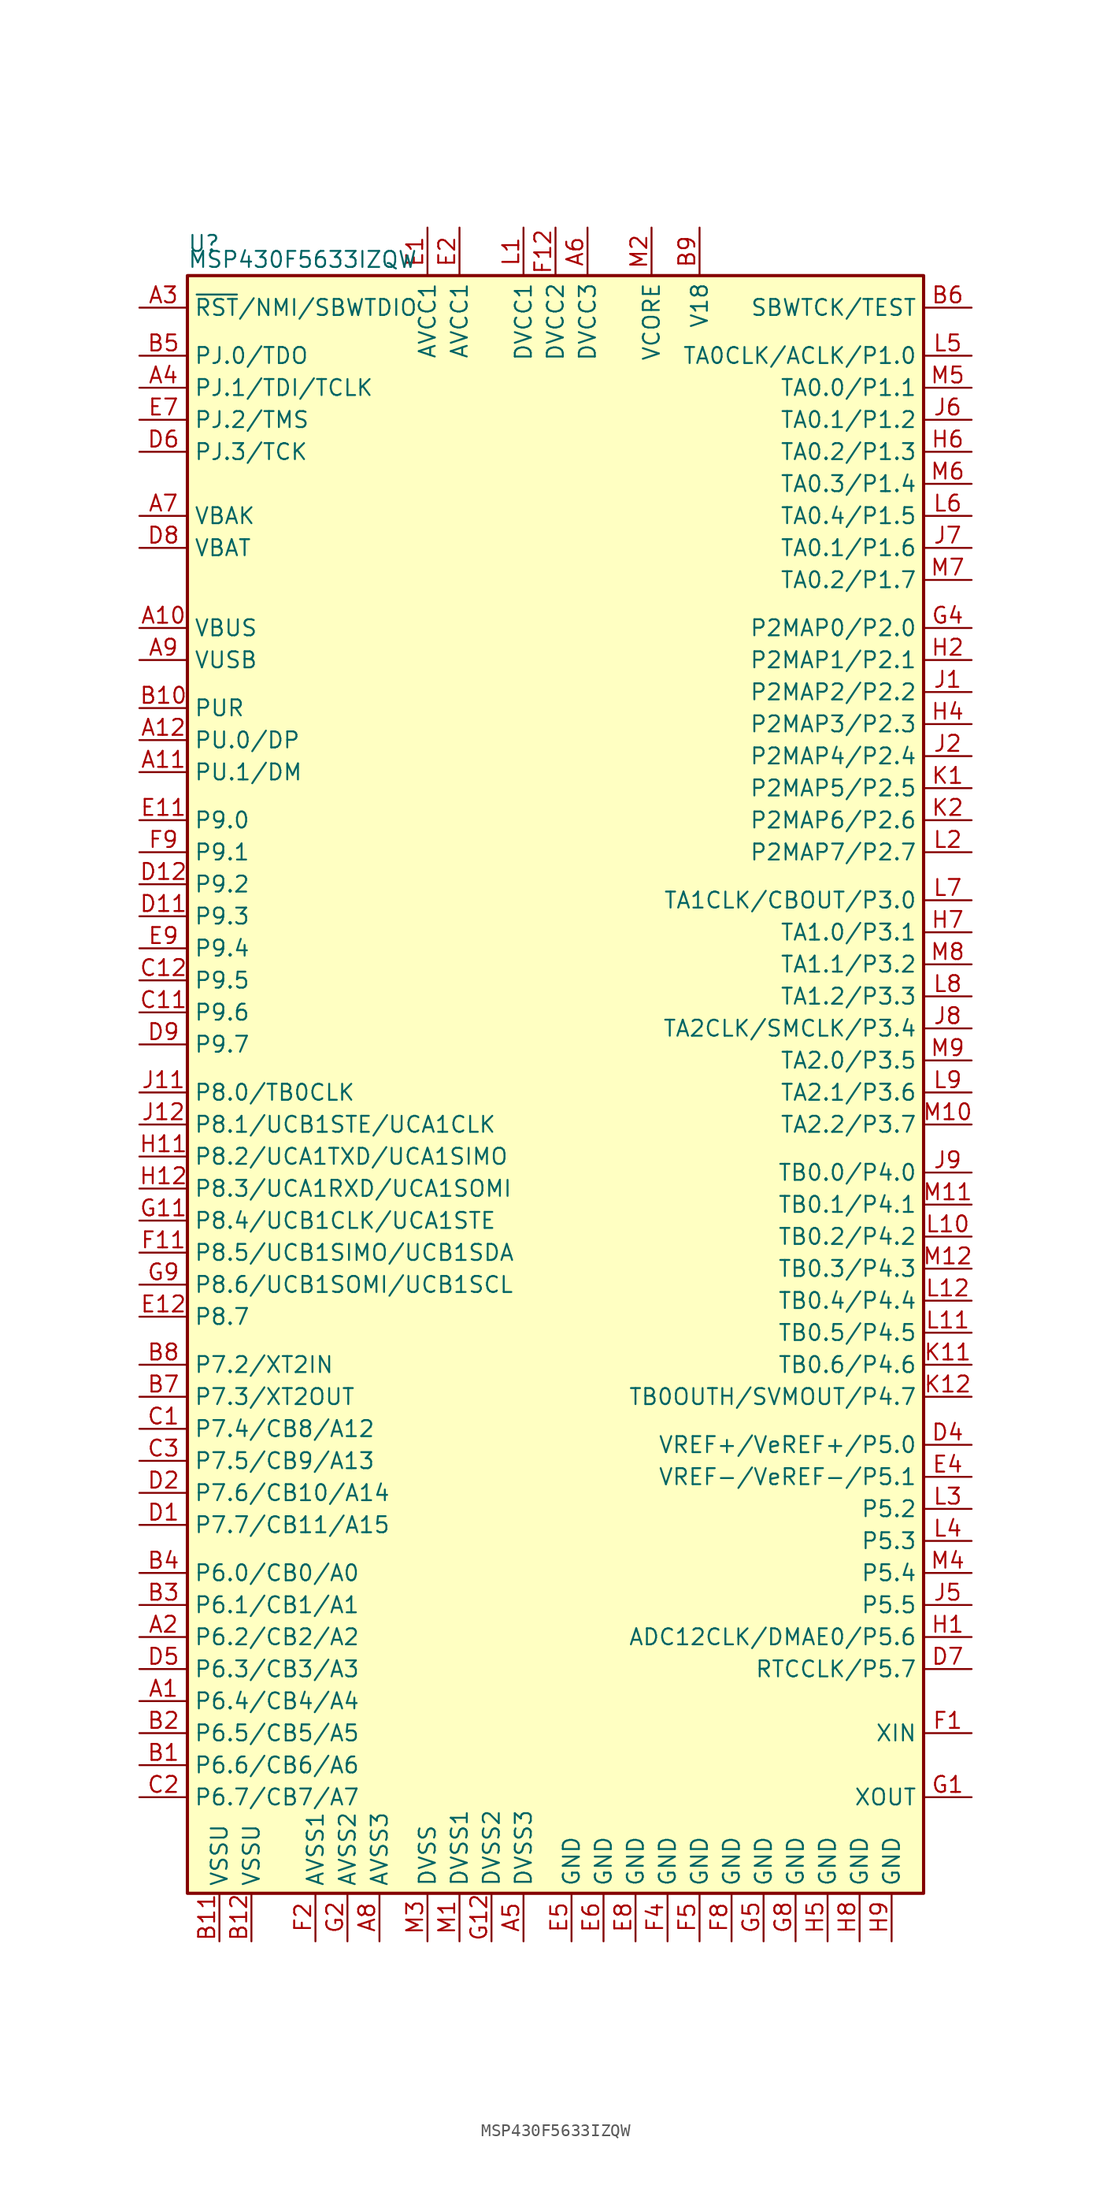
<source format=kicad_sym>
(kicad_symbol_lib
  (version 20201005)
  (generator kicad_symbol_editor)
  (symbol "MSP430F5633IZQW"
    (property "Reference" "U"
      (at -29.21 66.04 0)
      (effects (font (size 1.27 1.27)) (justify left)))
    (property "Value" "MSP430F5633IZQW"
      (at -29.21 64.77 0)
      (effects (font (size 1.27 1.27)) (justify left)))
    (symbol "MSP430F5633IZQW_0_1"
      (rectangle (start -29.21 63.5) (end 29.21 -64.77) (stroke (width 0.254)) (fill (type background))))
    (symbol "MSP430F5633IZQW_1_1"
      (pin bidirectional line (at -33.02 -49.53 0) (length 3.81) (name "P6.4/CB4/A4" (effects (font (size 1.27 1.27)))) (number "A1" (effects (font (size 1.27 1.27)))))
      (pin bidirectional line (at -33.02 35.56 0) (length 3.81) (name "VBUS" (effects (font (size 1.27 1.27)))) (number "A10" (effects (font (size 1.27 1.27)))))
      (pin bidirectional line (at -33.02 24.13 0) (length 3.81) (name "PU.1/DM" (effects (font (size 1.27 1.27)))) (number "A11" (effects (font (size 1.27 1.27)))))
      (pin bidirectional line (at -33.02 26.67 0) (length 3.81) (name "PU.0/DP" (effects (font (size 1.27 1.27)))) (number "A12" (effects (font (size 1.27 1.27)))))
      (pin bidirectional line (at -33.02 -44.45 0) (length 3.81) (name "P6.2/CB2/A2" (effects (font (size 1.27 1.27)))) (number "A2" (effects (font (size 1.27 1.27)))))
      (pin input line (at -33.02 60.96 0) (length 3.81) (name "~RST~/NMI/SBWTDIO" (effects (font (size 1.27 1.27)))) (number "A3" (effects (font (size 1.27 1.27)))))
      (pin bidirectional line (at -33.02 54.61 0) (length 3.81) (name "PJ.1/TDI/TCLK" (effects (font (size 1.27 1.27)))) (number "A4" (effects (font (size 1.27 1.27)))))
      (pin power_in line (at -2.54 -68.58 90) (length 3.81) (name "DVSS3" (effects (font (size 1.27 1.27)))) (number "A5" (effects (font (size 1.27 1.27)))))
      (pin power_in line (at 2.54 67.31 270) (length 3.81) (name "DVCC3" (effects (font (size 1.27 1.27)))) (number "A6" (effects (font (size 1.27 1.27)))))
      (pin bidirectional line (at -33.02 44.45 0) (length 3.81) (name "VBAK" (effects (font (size 1.27 1.27)))) (number "A7" (effects (font (size 1.27 1.27)))))
      (pin power_in line (at -13.97 -68.58 90) (length 3.81) (name "AVSS3" (effects (font (size 1.27 1.27)))) (number "A8" (effects (font (size 1.27 1.27)))))
      (pin bidirectional line (at -33.02 33.02 0) (length 3.81) (name "VUSB" (effects (font (size 1.27 1.27)))) (number "A9" (effects (font (size 1.27 1.27)))))
      (pin bidirectional line (at -33.02 -54.61 0) (length 3.81) (name "P6.6/CB6/A6" (effects (font (size 1.27 1.27)))) (number "B1" (effects (font (size 1.27 1.27)))))
      (pin bidirectional line (at -33.02 29.21 0) (length 3.81) (name "PUR" (effects (font (size 1.27 1.27)))) (number "B10" (effects (font (size 1.27 1.27)))))
      (pin power_in line (at -26.67 -68.58 90) (length 3.81) (name "VSSU" (effects (font (size 1.27 1.27)))) (number "B11" (effects (font (size 1.27 1.27)))))
      (pin power_in line (at -24.13 -68.58 90) (length 3.81) (name "VSSU" (effects (font (size 1.27 1.27)))) (number "B12" (effects (font (size 1.27 1.27)))))
      (pin bidirectional line (at -33.02 -52.07 0) (length 3.81) (name "P6.5/CB5/A5" (effects (font (size 1.27 1.27)))) (number "B2" (effects (font (size 1.27 1.27)))))
      (pin bidirectional line (at -33.02 -41.91 0) (length 3.81) (name "P6.1/CB1/A1" (effects (font (size 1.27 1.27)))) (number "B3" (effects (font (size 1.27 1.27)))))
      (pin bidirectional line (at -33.02 -39.37 0) (length 3.81) (name "P6.0/CB0/A0" (effects (font (size 1.27 1.27)))) (number "B4" (effects (font (size 1.27 1.27)))))
      (pin bidirectional line (at -33.02 57.15 0) (length 3.81) (name "PJ.0/TDO" (effects (font (size 1.27 1.27)))) (number "B5" (effects (font (size 1.27 1.27)))))
      (pin input line (at 33.02 60.96 180) (length 3.81) (name "SBWTCK/TEST" (effects (font (size 1.27 1.27)))) (number "B6" (effects (font (size 1.27 1.27)))))
      (pin bidirectional line (at -33.02 -25.4 0) (length 3.81) (name "P7.3/XT2OUT" (effects (font (size 1.27 1.27)))) (number "B7" (effects (font (size 1.27 1.27)))))
      (pin bidirectional line (at -33.02 -22.86 0) (length 3.81) (name "P7.2/XT2IN" (effects (font (size 1.27 1.27)))) (number "B8" (effects (font (size 1.27 1.27)))))
      (pin passive line (at 11.43 67.31 270) (length 3.81) (name "V18" (effects (font (size 1.27 1.27)))) (number "B9" (effects (font (size 1.27 1.27)))))
      (pin bidirectional line (at -33.02 -27.94 0) (length 3.81) (name "P7.4/CB8/A12" (effects (font (size 1.27 1.27)))) (number "C1" (effects (font (size 1.27 1.27)))))
      (pin bidirectional line (at -33.02 5.08 0) (length 3.81) (name "P9.6" (effects (font (size 1.27 1.27)))) (number "C11" (effects (font (size 1.27 1.27)))))
      (pin bidirectional line (at -33.02 7.62 0) (length 3.81) (name "P9.5" (effects (font (size 1.27 1.27)))) (number "C12" (effects (font (size 1.27 1.27)))))
      (pin bidirectional line (at -33.02 -57.15 0) (length 3.81) (name "P6.7/CB7/A7" (effects (font (size 1.27 1.27)))) (number "C2" (effects (font (size 1.27 1.27)))))
      (pin bidirectional line (at -33.02 -30.48 0) (length 3.81) (name "P7.5/CB9/A13" (effects (font (size 1.27 1.27)))) (number "C3" (effects (font (size 1.27 1.27)))))
      (pin bidirectional line (at -33.02 -35.56 0) (length 3.81) (name "P7.7/CB11/A15" (effects (font (size 1.27 1.27)))) (number "D1" (effects (font (size 1.27 1.27)))))
      (pin bidirectional line (at -33.02 12.7 0) (length 3.81) (name "P9.3" (effects (font (size 1.27 1.27)))) (number "D11" (effects (font (size 1.27 1.27)))))
      (pin bidirectional line (at -33.02 15.24 0) (length 3.81) (name "P9.2" (effects (font (size 1.27 1.27)))) (number "D12" (effects (font (size 1.27 1.27)))))
      (pin bidirectional line (at -33.02 -33.02 0) (length 3.81) (name "P7.6/CB10/A14" (effects (font (size 1.27 1.27)))) (number "D2" (effects (font (size 1.27 1.27)))))
      (pin bidirectional line (at 33.02 -29.21 180) (length 3.81) (name "VREF+/VeREF+/P5.0" (effects (font (size 1.27 1.27)))) (number "D4" (effects (font (size 1.27 1.27)))))
      (pin bidirectional line (at -33.02 -46.99 0) (length 3.81) (name "P6.3/CB3/A3" (effects (font (size 1.27 1.27)))) (number "D5" (effects (font (size 1.27 1.27)))))
      (pin bidirectional line (at -33.02 49.53 0) (length 3.81) (name "PJ.3/TCK" (effects (font (size 1.27 1.27)))) (number "D6" (effects (font (size 1.27 1.27)))))
      (pin bidirectional line (at 33.02 -46.99 180) (length 3.81) (name "RTCCLK/P5.7" (effects (font (size 1.27 1.27)))) (number "D7" (effects (font (size 1.27 1.27)))))
      (pin bidirectional line (at -33.02 41.91 0) (length 3.81) (name "VBAT" (effects (font (size 1.27 1.27)))) (number "D8" (effects (font (size 1.27 1.27)))))
      (pin bidirectional line (at -33.02 2.54 0) (length 3.81) (name "P9.7" (effects (font (size 1.27 1.27)))) (number "D9" (effects (font (size 1.27 1.27)))))
      (pin power_in line (at -10.16 67.31 270) (length 3.81) (name "AVCC1" (effects (font (size 1.27 1.27)))) (number "E1" (effects (font (size 1.27 1.27)))))
      (pin bidirectional line (at -33.02 20.32 0) (length 3.81) (name "P9.0" (effects (font (size 1.27 1.27)))) (number "E11" (effects (font (size 1.27 1.27)))))
      (pin bidirectional line (at -33.02 -19.05 0) (length 3.81) (name "P8.7" (effects (font (size 1.27 1.27)))) (number "E12" (effects (font (size 1.27 1.27)))))
      (pin power_in line (at -7.62 67.31 270) (length 3.81) (name "AVCC1" (effects (font (size 1.27 1.27)))) (number "E2" (effects (font (size 1.27 1.27)))))
      (pin bidirectional line (at 33.02 -31.75 180) (length 3.81) (name "VREF-/VeREF-/P5.1" (effects (font (size 1.27 1.27)))) (number "E4" (effects (font (size 1.27 1.27)))))
      (pin power_in line (at 1.27 -68.58 90) (length 3.81) (name "GND" (effects (font (size 1.27 1.27)))) (number "E5" (effects (font (size 1.27 1.27)))))
      (pin power_in line (at 3.81 -68.58 90) (length 3.81) (name "GND" (effects (font (size 1.27 1.27)))) (number "E6" (effects (font (size 1.27 1.27)))))
      (pin bidirectional line (at -33.02 52.07 0) (length 3.81) (name "PJ.2/TMS" (effects (font (size 1.27 1.27)))) (number "E7" (effects (font (size 1.27 1.27)))))
      (pin power_in line (at 6.35 -68.58 90) (length 3.81) (name "GND" (effects (font (size 1.27 1.27)))) (number "E8" (effects (font (size 1.27 1.27)))))
      (pin bidirectional line (at -33.02 10.16 0) (length 3.81) (name "P9.4" (effects (font (size 1.27 1.27)))) (number "E9" (effects (font (size 1.27 1.27)))))
      (pin bidirectional line (at 33.02 -52.07 180) (length 3.81) (name "XIN" (effects (font (size 1.27 1.27)))) (number "F1" (effects (font (size 1.27 1.27)))))
      (pin bidirectional line (at -33.02 -13.97 0) (length 3.81) (name "P8.5/UCB1SIMO/UCB1SDA" (effects (font (size 1.27 1.27)))) (number "F11" (effects (font (size 1.27 1.27)))))
      (pin power_in line (at 0 67.31 270) (length 3.81) (name "DVCC2" (effects (font (size 1.27 1.27)))) (number "F12" (effects (font (size 1.27 1.27)))))
      (pin power_in line (at -19.05 -68.58 90) (length 3.81) (name "AVSS1" (effects (font (size 1.27 1.27)))) (number "F2" (effects (font (size 1.27 1.27)))))
      (pin power_in line (at 8.89 -68.58 90) (length 3.81) (name "GND" (effects (font (size 1.27 1.27)))) (number "F4" (effects (font (size 1.27 1.27)))))
      (pin power_in line (at 11.43 -68.58 90) (length 3.81) (name "GND" (effects (font (size 1.27 1.27)))) (number "F5" (effects (font (size 1.27 1.27)))))
      (pin power_in line (at 13.97 -68.58 90) (length 3.81) (name "GND" (effects (font (size 1.27 1.27)))) (number "F8" (effects (font (size 1.27 1.27)))))
      (pin bidirectional line (at -33.02 17.78 0) (length 3.81) (name "P9.1" (effects (font (size 1.27 1.27)))) (number "F9" (effects (font (size 1.27 1.27)))))
      (pin bidirectional line (at 33.02 -57.15 180) (length 3.81) (name "XOUT" (effects (font (size 1.27 1.27)))) (number "G1" (effects (font (size 1.27 1.27)))))
      (pin bidirectional line (at -33.02 -11.43 0) (length 3.81) (name "P8.4/UCB1CLK/UCA1STE" (effects (font (size 1.27 1.27)))) (number "G11" (effects (font (size 1.27 1.27)))))
      (pin power_in line (at -5.08 -68.58 90) (length 3.81) (name "DVSS2" (effects (font (size 1.27 1.27)))) (number "G12" (effects (font (size 1.27 1.27)))))
      (pin power_in line (at -16.51 -68.58 90) (length 3.81) (name "AVSS2" (effects (font (size 1.27 1.27)))) (number "G2" (effects (font (size 1.27 1.27)))))
      (pin bidirectional line (at 33.02 35.56 180) (length 3.81) (name "P2MAP0/P2.0" (effects (font (size 1.27 1.27)))) (number "G4" (effects (font (size 1.27 1.27)))))
      (pin power_in line (at 16.51 -68.58 90) (length 3.81) (name "GND" (effects (font (size 1.27 1.27)))) (number "G5" (effects (font (size 1.27 1.27)))))
      (pin power_in line (at 19.05 -68.58 90) (length 3.81) (name "GND" (effects (font (size 1.27 1.27)))) (number "G8" (effects (font (size 1.27 1.27)))))
      (pin bidirectional line (at -33.02 -16.51 0) (length 3.81) (name "P8.6/UCB1SOMI/UCB1SCL" (effects (font (size 1.27 1.27)))) (number "G9" (effects (font (size 1.27 1.27)))))
      (pin bidirectional line (at 33.02 -44.45 180) (length 3.81) (name "ADC12CLK/DMAE0/P5.6" (effects (font (size 1.27 1.27)))) (number "H1" (effects (font (size 1.27 1.27)))))
      (pin bidirectional line (at -33.02 -6.35 0) (length 3.81) (name "P8.2/UCA1TXD/UCA1SIMO" (effects (font (size 1.27 1.27)))) (number "H11" (effects (font (size 1.27 1.27)))))
      (pin bidirectional line (at -33.02 -8.89 0) (length 3.81) (name "P8.3/UCA1RXD/UCA1SOMI" (effects (font (size 1.27 1.27)))) (number "H12" (effects (font (size 1.27 1.27)))))
      (pin bidirectional line (at 33.02 33.02 180) (length 3.81) (name "P2MAP1/P2.1" (effects (font (size 1.27 1.27)))) (number "H2" (effects (font (size 1.27 1.27)))))
      (pin bidirectional line (at 33.02 27.94 180) (length 3.81) (name "P2MAP3/P2.3" (effects (font (size 1.27 1.27)))) (number "H4" (effects (font (size 1.27 1.27)))))
      (pin power_in line (at 21.59 -68.58 90) (length 3.81) (name "GND" (effects (font (size 1.27 1.27)))) (number "H5" (effects (font (size 1.27 1.27)))))
      (pin bidirectional line (at 33.02 49.53 180) (length 3.81) (name "TA0.2/P1.3" (effects (font (size 1.27 1.27)))) (number "H6" (effects (font (size 1.27 1.27)))))
      (pin bidirectional line (at 33.02 11.43 180) (length 3.81) (name "TA1.0/P3.1" (effects (font (size 1.27 1.27)))) (number "H7" (effects (font (size 1.27 1.27)))))
      (pin power_in line (at 24.13 -68.58 90) (length 3.81) (name "GND" (effects (font (size 1.27 1.27)))) (number "H8" (effects (font (size 1.27 1.27)))))
      (pin power_in line (at 26.67 -68.58 90) (length 3.81) (name "GND" (effects (font (size 1.27 1.27)))) (number "H9" (effects (font (size 1.27 1.27)))))
      (pin bidirectional line (at 33.02 30.48 180) (length 3.81) (name "P2MAP2/P2.2" (effects (font (size 1.27 1.27)))) (number "J1" (effects (font (size 1.27 1.27)))))
      (pin bidirectional line (at -33.02 -1.27 0) (length 3.81) (name "P8.0/TB0CLK" (effects (font (size 1.27 1.27)))) (number "J11" (effects (font (size 1.27 1.27)))))
      (pin bidirectional line (at -33.02 -3.81 0) (length 3.81) (name "P8.1/UCB1STE/UCA1CLK" (effects (font (size 1.27 1.27)))) (number "J12" (effects (font (size 1.27 1.27)))))
      (pin bidirectional line (at 33.02 25.4 180) (length 3.81) (name "P2MAP4/P2.4" (effects (font (size 1.27 1.27)))) (number "J2" (effects (font (size 1.27 1.27)))))
      (pin bidirectional line (at 33.02 -41.91 180) (length 3.81) (name "P5.5" (effects (font (size 1.27 1.27)))) (number "J5" (effects (font (size 1.27 1.27)))))
      (pin bidirectional line (at 33.02 52.07 180) (length 3.81) (name "TA0.1/P1.2" (effects (font (size 1.27 1.27)))) (number "J6" (effects (font (size 1.27 1.27)))))
      (pin bidirectional line (at 33.02 41.91 180) (length 3.81) (name "TA0.1/P1.6" (effects (font (size 1.27 1.27)))) (number "J7" (effects (font (size 1.27 1.27)))))
      (pin bidirectional line (at 33.02 3.81 180) (length 3.81) (name "TA2CLK/SMCLK/P3.4" (effects (font (size 1.27 1.27)))) (number "J8" (effects (font (size 1.27 1.27)))))
      (pin bidirectional line (at 33.02 -7.62 180) (length 3.81) (name "TB0.0/P4.0" (effects (font (size 1.27 1.27)))) (number "J9" (effects (font (size 1.27 1.27)))))
      (pin bidirectional line (at 33.02 22.86 180) (length 3.81) (name "P2MAP5/P2.5" (effects (font (size 1.27 1.27)))) (number "K1" (effects (font (size 1.27 1.27)))))
      (pin bidirectional line (at 33.02 -22.86 180) (length 3.81) (name "TB0.6/P4.6" (effects (font (size 1.27 1.27)))) (number "K11" (effects (font (size 1.27 1.27)))))
      (pin bidirectional line (at 33.02 -25.4 180) (length 3.81) (name "TB0OUTH/SVMOUT/P4.7" (effects (font (size 1.27 1.27)))) (number "K12" (effects (font (size 1.27 1.27)))))
      (pin bidirectional line (at 33.02 20.32 180) (length 3.81) (name "P2MAP6/P2.6" (effects (font (size 1.27 1.27)))) (number "K2" (effects (font (size 1.27 1.27)))))
      (pin power_in line (at -2.54 67.31 270) (length 3.81) (name "DVCC1" (effects (font (size 1.27 1.27)))) (number "L1" (effects (font (size 1.27 1.27)))))
      (pin bidirectional line (at 33.02 -12.7 180) (length 3.81) (name "TB0.2/P4.2" (effects (font (size 1.27 1.27)))) (number "L10" (effects (font (size 1.27 1.27)))))
      (pin bidirectional line (at 33.02 -20.32 180) (length 3.81) (name "TB0.5/P4.5" (effects (font (size 1.27 1.27)))) (number "L11" (effects (font (size 1.27 1.27)))))
      (pin bidirectional line (at 33.02 -17.78 180) (length 3.81) (name "TB0.4/P4.4" (effects (font (size 1.27 1.27)))) (number "L12" (effects (font (size 1.27 1.27)))))
      (pin bidirectional line (at 33.02 17.78 180) (length 3.81) (name "P2MAP7/P2.7" (effects (font (size 1.27 1.27)))) (number "L2" (effects (font (size 1.27 1.27)))))
      (pin bidirectional line (at 33.02 -34.29 180) (length 3.81) (name "P5.2" (effects (font (size 1.27 1.27)))) (number "L3" (effects (font (size 1.27 1.27)))))
      (pin bidirectional line (at 33.02 -36.83 180) (length 3.81) (name "P5.3" (effects (font (size 1.27 1.27)))) (number "L4" (effects (font (size 1.27 1.27)))))
      (pin bidirectional line (at 33.02 57.15 180) (length 3.81) (name "TA0CLK/ACLK/P1.0" (effects (font (size 1.27 1.27)))) (number "L5" (effects (font (size 1.27 1.27)))))
      (pin bidirectional line (at 33.02 44.45 180) (length 3.81) (name "TA0.4/P1.5" (effects (font (size 1.27 1.27)))) (number "L6" (effects (font (size 1.27 1.27)))))
      (pin bidirectional line (at 33.02 13.97 180) (length 3.81) (name "TA1CLK/CBOUT/P3.0" (effects (font (size 1.27 1.27)))) (number "L7" (effects (font (size 1.27 1.27)))))
      (pin bidirectional line (at 33.02 6.35 180) (length 3.81) (name "TA1.2/P3.3" (effects (font (size 1.27 1.27)))) (number "L8" (effects (font (size 1.27 1.27)))))
      (pin bidirectional line (at 33.02 -1.27 180) (length 3.81) (name "TA2.1/P3.6" (effects (font (size 1.27 1.27)))) (number "L9" (effects (font (size 1.27 1.27)))))
      (pin power_in line (at -7.62 -68.58 90) (length 3.81) (name "DVSS1" (effects (font (size 1.27 1.27)))) (number "M1" (effects (font (size 1.27 1.27)))))
      (pin bidirectional line (at 33.02 -3.81 180) (length 3.81) (name "TA2.2/P3.7" (effects (font (size 1.27 1.27)))) (number "M10" (effects (font (size 1.27 1.27)))))
      (pin bidirectional line (at 33.02 -10.16 180) (length 3.81) (name "TB0.1/P4.1" (effects (font (size 1.27 1.27)))) (number "M11" (effects (font (size 1.27 1.27)))))
      (pin bidirectional line (at 33.02 -15.24 180) (length 3.81) (name "TB0.3/P4.3" (effects (font (size 1.27 1.27)))) (number "M12" (effects (font (size 1.27 1.27)))))
      (pin bidirectional line (at 7.62 67.31 270) (length 3.81) (name "VCORE" (effects (font (size 1.27 1.27)))) (number "M2" (effects (font (size 1.27 1.27)))))
      (pin power_in line (at -10.16 -68.58 90) (length 3.81) (name "DVSS" (effects (font (size 1.27 1.27)))) (number "M3" (effects (font (size 1.27 1.27)))))
      (pin bidirectional line (at 33.02 -39.37 180) (length 3.81) (name "P5.4" (effects (font (size 1.27 1.27)))) (number "M4" (effects (font (size 1.27 1.27)))))
      (pin bidirectional line (at 33.02 54.61 180) (length 3.81) (name "TA0.0/P1.1" (effects (font (size 1.27 1.27)))) (number "M5" (effects (font (size 1.27 1.27)))))
      (pin bidirectional line (at 33.02 46.99 180) (length 3.81) (name "TA0.3/P1.4" (effects (font (size 1.27 1.27)))) (number "M6" (effects (font (size 1.27 1.27)))))
      (pin bidirectional line (at 33.02 39.37 180) (length 3.81) (name "TA0.2/P1.7" (effects (font (size 1.27 1.27)))) (number "M7" (effects (font (size 1.27 1.27)))))
      (pin bidirectional line (at 33.02 8.89 180) (length 3.81) (name "TA1.1/P3.2" (effects (font (size 1.27 1.27)))) (number "M8" (effects (font (size 1.27 1.27)))))
      (pin bidirectional line (at 33.02 1.27 180) (length 3.81) (name "TA2.0/P3.5" (effects (font (size 1.27 1.27)))) (number "M9" (effects (font (size 1.27 1.27))))))))
</source>
